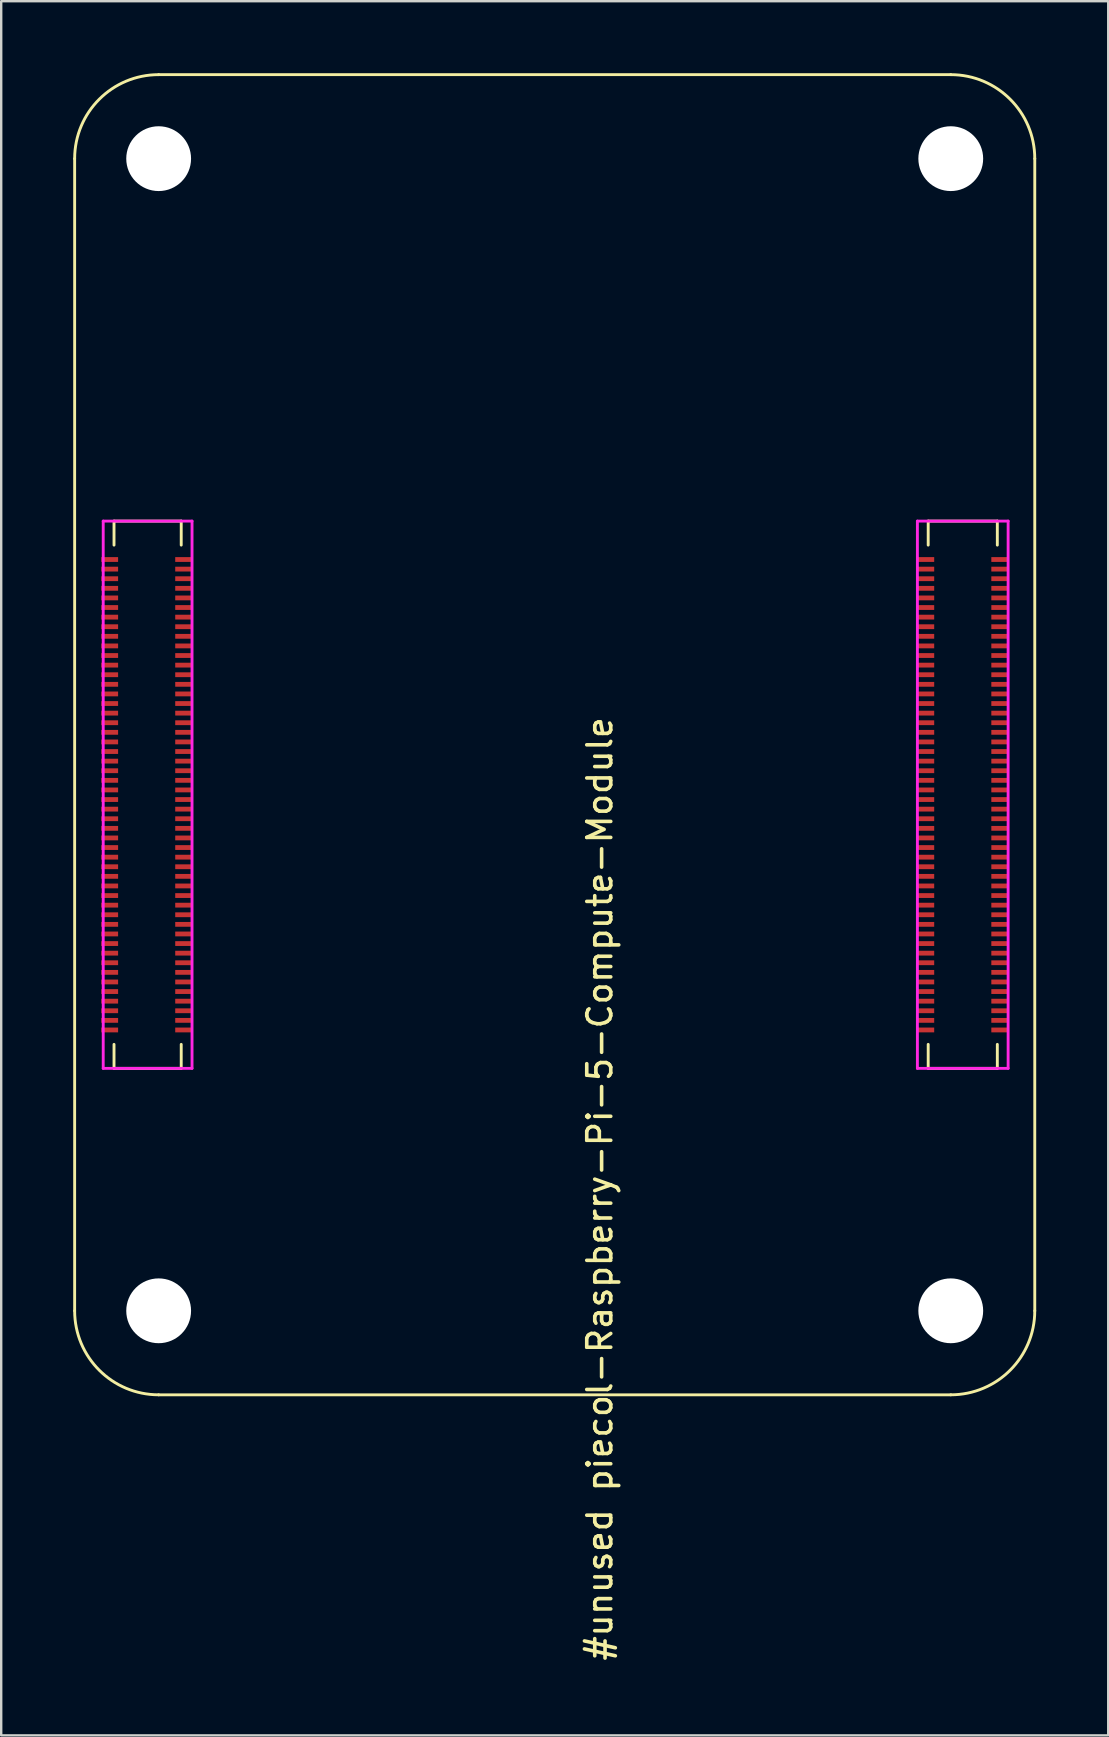
<source format=kicad_pcb>
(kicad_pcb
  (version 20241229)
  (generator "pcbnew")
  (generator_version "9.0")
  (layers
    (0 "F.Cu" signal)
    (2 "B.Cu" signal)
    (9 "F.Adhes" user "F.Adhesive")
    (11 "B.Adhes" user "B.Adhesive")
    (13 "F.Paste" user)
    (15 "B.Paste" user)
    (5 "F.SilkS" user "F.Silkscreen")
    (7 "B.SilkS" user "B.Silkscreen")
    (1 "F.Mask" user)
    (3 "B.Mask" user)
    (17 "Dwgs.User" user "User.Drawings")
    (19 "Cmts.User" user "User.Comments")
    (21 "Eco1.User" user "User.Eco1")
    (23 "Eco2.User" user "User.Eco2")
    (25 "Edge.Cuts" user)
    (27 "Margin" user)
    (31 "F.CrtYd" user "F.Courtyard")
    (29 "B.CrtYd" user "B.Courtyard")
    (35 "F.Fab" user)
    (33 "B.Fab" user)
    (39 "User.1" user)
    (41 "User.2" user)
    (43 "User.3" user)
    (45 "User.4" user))
  (footprint "#unused piecol-Raspberry-Pi-5-Compute-Module"
    (layer "F.Cu")
    (at 3.56 51.56)
    (property "Reference" "#unused piecol-Raspberry-Pi-5-Compute-Module" (at 18.38 -5.08 270) (layer "F.SilkS") (effects (font (size 1 1) (thickness 0.15))))
    (attr smd)
    (fp_line (start -3.5 -48) (end -3.5 0) (stroke (width 0.12) (type solid)) (layer "F.SilkS"))
    (fp_line (start -1.86 -32.9) (end -1.86 -31.9) (stroke (width 0.12) (type solid)) (layer "F.SilkS"))
    (fp_line (start -1.86 -32.9) (end 0.94 -32.9) (stroke (width 0.12) (type solid)) (layer "F.SilkS"))
    (fp_line (start -1.86 -10.1) (end -1.86 -11.1) (stroke (width 0.12) (type solid)) (layer "F.SilkS"))
    (fp_line (start -1.86 -10.1) (end 0.94 -10.1) (stroke (width 0.12) (type solid)) (layer "F.SilkS"))
    (fp_line (start 0 3.5) (end 33 3.5) (stroke (width 0.12) (type solid)) (layer "F.SilkS"))
    (fp_line (start 0.94 -32.9) (end 0.94 -31.9) (stroke (width 0.12) (type solid)) (layer "F.SilkS"))
    (fp_line (start 0.94 -10.1) (end 0.94 -11.1) (stroke (width 0.12) (type solid)) (layer "F.SilkS"))
    (fp_line (start 32.06 -32.9) (end 32.06 -31.9) (stroke (width 0.12) (type solid)) (layer "F.SilkS"))
    (fp_line (start 32.06 -32.9) (end 34.94 -32.9) (stroke (width 0.12) (type solid)) (layer "F.SilkS"))
    (fp_line (start 32.06 -10.1) (end 32.06 -11.1) (stroke (width 0.12) (type solid)) (layer "F.SilkS"))
    (fp_line (start 32.06 -10.1) (end 34.94 -10.1) (stroke (width 0.12) (type solid)) (layer "F.SilkS"))
    (fp_line (start 33 -51.5) (end 0 -51.5) (stroke (width 0.12) (type solid)) (layer "F.SilkS"))
    (fp_line (start 34.94 -32.9) (end 34.94 -31.9) (stroke (width 0.12) (type solid)) (layer "F.SilkS"))
    (fp_line (start 34.94 -10.1) (end 34.94 -11.1) (stroke (width 0.12) (type solid)) (layer "F.SilkS"))
    (fp_line (start 36.5 0) (end 36.5 -48) (stroke (width 0.12) (type solid)) (layer "F.SilkS"))
    (fp_arc (start -3.5 -48) (mid -2.474874 -50.474874) (end 0 -51.5) (stroke (width 0.12) (type solid)) (layer "F.SilkS"))
    (fp_arc (start 0 3.5) (mid -2.474874 2.474874) (end -3.5 0) (stroke (width 0.12) (type solid)) (layer "F.SilkS"))
    (fp_arc (start 33 -51.5) (mid 35.474874 -50.474874) (end 36.5 -48) (stroke (width 0.12) (type solid)) (layer "F.SilkS"))
    (fp_arc (start 36.5 0) (mid 35.474874 2.474874) (end 33 3.5) (stroke (width 0.12) (type solid)) (layer "F.SilkS"))
    (fp_line (start -2.31 -32.9) (end 1.39 -32.9) (stroke (width 0.12) (type solid)) (layer "F.CrtYd"))
    (fp_line (start -2.31 -10.1) (end -2.31 -32.9) (stroke (width 0.12) (type solid)) (layer "F.CrtYd"))
    (fp_line (start 1.39 -32.9) (end 1.39 -10.1) (stroke (width 0.12) (type solid)) (layer "F.CrtYd"))
    (fp_line (start 1.39 -10.1) (end -2.31 -10.1) (stroke (width 0.12) (type solid)) (layer "F.CrtYd"))
    (fp_line (start 31.61 -32.9) (end 35.39 -32.9) (stroke (width 0.12) (type solid)) (layer "F.CrtYd"))
    (fp_line (start 31.61 -10.1) (end 31.61 -32.9) (stroke (width 0.12) (type solid)) (layer "F.CrtYd"))
    (fp_line (start 35.39 -32.9) (end 35.39 -10.1) (stroke (width 0.12) (type solid)) (layer "F.CrtYd"))
    (fp_line (start 35.39 -10.1) (end 31.61 -10.1) (stroke (width 0.12) (type solid)) (layer "F.CrtYd"))
    (pad "" np_thru_hole circle (at 0 -48) (size 2.7 2.7) (drill 2.7) (layers "*.Cu"))
    (pad "" np_thru_hole circle (at 0 0) (size 2.7 2.7) (drill 2.7) (layers "*.Cu"))
    (pad "" np_thru_hole circle (at 33 -48) (size 2.7 2.7) (drill 2.7) (layers "*.Cu"))
    (pad "" np_thru_hole circle (at 33 0) (size 2.7 2.7) (drill 2.7) (layers "*.Cu"))
    (pad "1" smd rect (at -2.04 -31.3 270) (size 0.2 0.7) (layers "F.Cu" "F.Mask" "F.Paste"))
    (pad "2" smd rect (at 1.04 -31.3 270) (size 0.2 0.7) (layers "F.Cu" "F.Mask" "F.Paste"))
    (pad "3" smd rect (at -2.04 -30.9 270) (size 0.2 0.7) (layers "F.Cu" "F.Mask" "F.Paste"))
    (pad "4" smd rect (at 1.04 -30.9 270) (size 0.2 0.7) (layers "F.Cu" "F.Mask" "F.Paste"))
    (pad "5" smd rect (at -2.04 -30.5 270) (size 0.2 0.7) (layers "F.Cu" "F.Mask" "F.Paste"))
    (pad "6" smd rect (at 1.04 -30.5 270) (size 0.2 0.7) (layers "F.Cu" "F.Mask" "F.Paste"))
    (pad "7" smd rect (at -2.04 -30.1 270) (size 0.2 0.7) (layers "F.Cu" "F.Mask" "F.Paste"))
    (pad "8" smd rect (at 1.04 -30.1 270) (size 0.2 0.7) (layers "F.Cu" "F.Mask" "F.Paste"))
    (pad "9" smd rect (at -2.04 -29.7 270) (size 0.2 0.7) (layers "F.Cu" "F.Mask" "F.Paste"))
    (pad "10" smd rect (at 1.04 -29.7 270) (size 0.2 0.7) (layers "F.Cu" "F.Mask" "F.Paste"))
    (pad "11" smd rect (at -2.04 -29.3 270) (size 0.2 0.7) (layers "F.Cu" "F.Mask" "F.Paste"))
    (pad "12" smd rect (at 1.04 -29.3 270) (size 0.2 0.7) (layers "F.Cu" "F.Mask" "F.Paste"))
    (pad "13" smd rect (at -2.04 -28.9 270) (size 0.2 0.7) (layers "F.Cu" "F.Mask" "F.Paste"))
    (pad "14" smd rect (at 1.04 -28.9 270) (size 0.2 0.7) (layers "F.Cu" "F.Mask" "F.Paste"))
    (pad "15" smd rect (at -2.04 -28.5 270) (size 0.2 0.7) (layers "F.Cu" "F.Mask" "F.Paste"))
    (pad "16" smd rect (at 1.04 -28.5 270) (size 0.2 0.7) (layers "F.Cu" "F.Mask" "F.Paste"))
    (pad "17" smd rect (at -2.04 -28.1 270) (size 0.2 0.7) (layers "F.Cu" "F.Mask" "F.Paste"))
    (pad "18" smd rect (at 1.04 -28.1 270) (size 0.2 0.7) (layers "F.Cu" "F.Mask" "F.Paste"))
    (pad "19" smd rect (at -2.04 -27.7 270) (size 0.2 0.7) (layers "F.Cu" "F.Mask" "F.Paste"))
    (pad "20" smd rect (at 1.04 -27.7 270) (size 0.2 0.7) (layers "F.Cu" "F.Mask" "F.Paste"))
    (pad "21" smd rect (at -2.04 -27.3 270) (size 0.2 0.7) (layers "F.Cu" "F.Mask" "F.Paste"))
    (pad "22" smd rect (at 1.04 -27.3 270) (size 0.2 0.7) (layers "F.Cu" "F.Mask" "F.Paste"))
    (pad "23" smd rect (at -2.04 -26.9 270) (size 0.2 0.7) (layers "F.Cu" "F.Mask" "F.Paste"))
    (pad "24" smd rect (at 1.04 -26.9 270) (size 0.2 0.7) (layers "F.Cu" "F.Mask" "F.Paste"))
    (pad "25" smd rect (at -2.04 -26.5 270) (size 0.2 0.7) (layers "F.Cu" "F.Mask" "F.Paste"))
    (pad "26" smd rect (at 1.04 -26.5 270) (size 0.2 0.7) (layers "F.Cu" "F.Mask" "F.Paste"))
    (pad "27" smd rect (at -2.04 -26.1 270) (size 0.2 0.7) (layers "F.Cu" "F.Mask" "F.Paste"))
    (pad "28" smd rect (at 1.04 -26.1 270) (size 0.2 0.7) (layers "F.Cu" "F.Mask" "F.Paste"))
    (pad "29" smd rect (at -2.04 -25.7 270) (size 0.2 0.7) (layers "F.Cu" "F.Mask" "F.Paste"))
    (pad "30" smd rect (at 1.04 -25.7 270) (size 0.2 0.7) (layers "F.Cu" "F.Mask" "F.Paste"))
    (pad "31" smd rect (at -2.04 -25.3 270) (size 0.2 0.7) (layers "F.Cu" "F.Mask" "F.Paste"))
    (pad "32" smd rect (at 1.04 -25.3 270) (size 0.2 0.7) (layers "F.Cu" "F.Mask" "F.Paste"))
    (pad "33" smd rect (at -2.04 -24.9 270) (size 0.2 0.7) (layers "F.Cu" "F.Mask" "F.Paste"))
    (pad "34" smd rect (at 1.04 -24.9 270) (size 0.2 0.7) (layers "F.Cu" "F.Mask" "F.Paste"))
    (pad "35" smd rect (at -2.04 -24.5 270) (size 0.2 0.7) (layers "F.Cu" "F.Mask" "F.Paste"))
    (pad "36" smd rect (at 1.04 -24.5 270) (size 0.2 0.7) (layers "F.Cu" "F.Mask" "F.Paste"))
    (pad "37" smd rect (at -2.04 -24.1 270) (size 0.2 0.7) (layers "F.Cu" "F.Mask" "F.Paste"))
    (pad "38" smd rect (at 1.04 -24.1 270) (size 0.2 0.7) (layers "F.Cu" "F.Mask" "F.Paste"))
    (pad "39" smd rect (at -2.04 -23.7 270) (size 0.2 0.7) (layers "F.Cu" "F.Mask" "F.Paste"))
    (pad "40" smd rect (at 1.04 -23.7 270) (size 0.2 0.7) (layers "F.Cu" "F.Mask" "F.Paste"))
    (pad "41" smd rect (at -2.04 -23.3 270) (size 0.2 0.7) (layers "F.Cu" "F.Mask" "F.Paste"))
    (pad "42" smd rect (at 1.04 -23.3 270) (size 0.2 0.7) (layers "F.Cu" "F.Mask" "F.Paste"))
    (pad "43" smd rect (at -2.04 -22.9 270) (size 0.2 0.7) (layers "F.Cu" "F.Mask" "F.Paste"))
    (pad "44" smd rect (at 1.04 -22.9 270) (size 0.2 0.7) (layers "F.Cu" "F.Mask" "F.Paste"))
    (pad "45" smd rect (at -2.04 -22.5 270) (size 0.2 0.7) (layers "F.Cu" "F.Mask" "F.Paste"))
    (pad "46" smd rect (at 1.04 -22.5 270) (size 0.2 0.7) (layers "F.Cu" "F.Mask" "F.Paste"))
    (pad "47" smd rect (at -2.04 -22.1 270) (size 0.2 0.7) (layers "F.Cu" "F.Mask" "F.Paste"))
    (pad "48" smd rect (at 1.04 -22.1 270) (size 0.2 0.7) (layers "F.Cu" "F.Mask" "F.Paste"))
    (pad "49" smd rect (at -2.04 -21.7 270) (size 0.2 0.7) (layers "F.Cu" "F.Mask" "F.Paste"))
    (pad "50" smd rect (at 1.04 -21.7 270) (size 0.2 0.7) (layers "F.Cu" "F.Mask" "F.Paste"))
    (pad "51" smd rect (at -2.04 -21.3 270) (size 0.2 0.7) (layers "F.Cu" "F.Mask" "F.Paste"))
    (pad "52" smd rect (at 1.04 -21.3 270) (size 0.2 0.7) (layers "F.Cu" "F.Mask" "F.Paste"))
    (pad "53" smd rect (at -2.04 -20.9 270) (size 0.2 0.7) (layers "F.Cu" "F.Mask" "F.Paste"))
    (pad "54" smd rect (at 1.04 -20.9 270) (size 0.2 0.7) (layers "F.Cu" "F.Mask" "F.Paste"))
    (pad "55" smd rect (at -2.04 -20.5 270) (size 0.2 0.7) (layers "F.Cu" "F.Mask" "F.Paste"))
    (pad "56" smd rect (at 1.04 -20.5 270) (size 0.2 0.7) (layers "F.Cu" "F.Mask" "F.Paste"))
    (pad "57" smd rect (at -2.04 -20.1 270) (size 0.2 0.7) (layers "F.Cu" "F.Mask" "F.Paste"))
    (pad "58" smd rect (at 1.04 -20.1 270) (size 0.2 0.7) (layers "F.Cu" "F.Mask" "F.Paste"))
    (pad "59" smd rect (at -2.04 -19.7 270) (size 0.2 0.7) (layers "F.Cu" "F.Mask" "F.Paste"))
    (pad "60" smd rect (at 1.04 -19.7 270) (size 0.2 0.7) (layers "F.Cu" "F.Mask" "F.Paste"))
    (pad "61" smd rect (at -2.04 -19.3 270) (size 0.2 0.7) (layers "F.Cu" "F.Mask" "F.Paste"))
    (pad "62" smd rect (at 1.04 -19.3 270) (size 0.2 0.7) (layers "F.Cu" "F.Mask" "F.Paste"))
    (pad "63" smd rect (at -2.04 -18.9 270) (size 0.2 0.7) (layers "F.Cu" "F.Mask" "F.Paste"))
    (pad "64" smd rect (at 1.04 -18.9 270) (size 0.2 0.7) (layers "F.Cu" "F.Mask" "F.Paste"))
    (pad "65" smd rect (at -2.04 -18.5 270) (size 0.2 0.7) (layers "F.Cu" "F.Mask" "F.Paste"))
    (pad "66" smd rect (at 1.04 -18.5 270) (size 0.2 0.7) (layers "F.Cu" "F.Mask" "F.Paste"))
    (pad "67" smd rect (at -2.04 -18.1 270) (size 0.2 0.7) (layers "F.Cu" "F.Mask" "F.Paste"))
    (pad "68" smd rect (at 1.04 -18.1 270) (size 0.2 0.7) (layers "F.Cu" "F.Mask" "F.Paste"))
    (pad "69" smd rect (at -2.04 -17.7 270) (size 0.2 0.7) (layers "F.Cu" "F.Mask" "F.Paste"))
    (pad "70" smd rect (at 1.04 -17.7 270) (size 0.2 0.7) (layers "F.Cu" "F.Mask" "F.Paste"))
    (pad "71" smd rect (at -2.04 -17.3 270) (size 0.2 0.7) (layers "F.Cu" "F.Mask" "F.Paste"))
    (pad "72" smd rect (at 1.04 -17.3 270) (size 0.2 0.7) (layers "F.Cu" "F.Mask" "F.Paste"))
    (pad "73" smd rect (at -2.04 -16.9 270) (size 0.2 0.7) (layers "F.Cu" "F.Mask" "F.Paste"))
    (pad "74" smd rect (at 1.04 -16.9 270) (size 0.2 0.7) (layers "F.Cu" "F.Mask" "F.Paste"))
    (pad "75" smd rect (at -2.04 -16.5 270) (size 0.2 0.7) (layers "F.Cu" "F.Mask" "F.Paste"))
    (pad "76" smd rect (at 1.04 -16.5 270) (size 0.2 0.7) (layers "F.Cu" "F.Mask" "F.Paste"))
    (pad "77" smd rect (at -2.04 -16.1 270) (size 0.2 0.7) (layers "F.Cu" "F.Mask" "F.Paste"))
    (pad "78" smd rect (at 1.04 -16.1 270) (size 0.2 0.7) (layers "F.Cu" "F.Mask" "F.Paste"))
    (pad "79" smd rect (at -2.04 -15.7 270) (size 0.2 0.7) (layers "F.Cu" "F.Mask" "F.Paste"))
    (pad "80" smd rect (at 1.04 -15.7 270) (size 0.2 0.7) (layers "F.Cu" "F.Mask" "F.Paste"))
    (pad "81" smd rect (at -2.04 -15.3 270) (size 0.2 0.7) (layers "F.Cu" "F.Mask" "F.Paste"))
    (pad "82" smd rect (at 1.04 -15.3 270) (size 0.2 0.7) (layers "F.Cu" "F.Mask" "F.Paste"))
    (pad "83" smd rect (at -2.04 -14.9 270) (size 0.2 0.7) (layers "F.Cu" "F.Mask" "F.Paste"))
    (pad "84" smd rect (at 1.04 -14.9 270) (size 0.2 0.7) (layers "F.Cu" "F.Mask" "F.Paste"))
    (pad "85" smd rect (at -2.04 -14.5 270) (size 0.2 0.7) (layers "F.Cu" "F.Mask" "F.Paste"))
    (pad "86" smd rect (at 1.04 -14.5 270) (size 0.2 0.7) (layers "F.Cu" "F.Mask" "F.Paste"))
    (pad "87" smd rect (at -2.04 -14.1 270) (size 0.2 0.7) (layers "F.Cu" "F.Mask" "F.Paste"))
    (pad "88" smd rect (at 1.04 -14.1 270) (size 0.2 0.7) (layers "F.Cu" "F.Mask" "F.Paste"))
    (pad "89" smd rect (at -2.04 -13.7 270) (size 0.2 0.7) (layers "F.Cu" "F.Mask" "F.Paste"))
    (pad "90" smd rect (at 1.04 -13.7 270) (size 0.2 0.7) (layers "F.Cu" "F.Mask" "F.Paste"))
    (pad "91" smd rect (at -2.04 -13.3 270) (size 0.2 0.7) (layers "F.Cu" "F.Mask" "F.Paste"))
    (pad "92" smd rect (at 1.04 -13.3 270) (size 0.2 0.7) (layers "F.Cu" "F.Mask" "F.Paste"))
    (pad "93" smd rect (at -2.04 -12.9 270) (size 0.2 0.7) (layers "F.Cu" "F.Mask" "F.Paste"))
    (pad "94" smd rect (at 1.04 -12.9 270) (size 0.2 0.7) (layers "F.Cu" "F.Mask" "F.Paste"))
    (pad "95" smd rect (at -2.04 -12.5 270) (size 0.2 0.7) (layers "F.Cu" "F.Mask" "F.Paste"))
    (pad "96" smd rect (at 1.04 -12.5 270) (size 0.2 0.7) (layers "F.Cu" "F.Mask" "F.Paste"))
    (pad "97" smd rect (at -2.04 -12.1 270) (size 0.2 0.7) (layers "F.Cu" "F.Mask" "F.Paste"))
    (pad "98" smd rect (at 1.04 -12.1 270) (size 0.2 0.7) (layers "F.Cu" "F.Mask" "F.Paste"))
    (pad "99" smd rect (at -2.04 -11.7 270) (size 0.2 0.7) (layers "F.Cu" "F.Mask" "F.Paste"))
    (pad "100" smd rect (at 1.04 -11.7 270) (size 0.2 0.7) (layers "F.Cu" "F.Mask" "F.Paste"))
    (pad "101" smd rect (at 31.96 -31.3 270) (size 0.2 0.7) (layers "F.Cu" "F.Mask" "F.Paste"))
    (pad "102" smd rect (at 35.04 -31.3 270) (size 0.2 0.7) (layers "F.Cu" "F.Mask" "F.Paste"))
    (pad "103" smd rect (at 31.96 -30.9 270) (size 0.2 0.7) (layers "F.Cu" "F.Mask" "F.Paste"))
    (pad "104" smd rect (at 35.04 -30.9 270) (size 0.2 0.7) (layers "F.Cu" "F.Mask" "F.Paste"))
    (pad "105" smd rect (at 31.96 -30.5 270) (size 0.2 0.7) (layers "F.Cu" "F.Mask" "F.Paste"))
    (pad "106" smd rect (at 35.04 -30.5 270) (size 0.2 0.7) (layers "F.Cu" "F.Mask" "F.Paste"))
    (pad "107" smd rect (at 31.96 -30.1 270) (size 0.2 0.7) (layers "F.Cu" "F.Mask" "F.Paste"))
    (pad "108" smd rect (at 35.04 -30.1 270) (size 0.2 0.7) (layers "F.Cu" "F.Mask" "F.Paste"))
    (pad "109" smd rect (at 31.96 -29.7 270) (size 0.2 0.7) (layers "F.Cu" "F.Mask" "F.Paste"))
    (pad "110" smd rect (at 35.04 -29.7 270) (size 0.2 0.7) (layers "F.Cu" "F.Mask" "F.Paste"))
    (pad "111" smd rect (at 31.96 -29.3 270) (size 0.2 0.7) (layers "F.Cu" "F.Mask" "F.Paste"))
    (pad "112" smd rect (at 35.04 -29.3 270) (size 0.2 0.7) (layers "F.Cu" "F.Mask" "F.Paste"))
    (pad "113" smd rect (at 31.96 -28.9 270) (size 0.2 0.7) (layers "F.Cu" "F.Mask" "F.Paste"))
    (pad "114" smd rect (at 35.04 -28.9 270) (size 0.2 0.7) (layers "F.Cu" "F.Mask" "F.Paste"))
    (pad "115" smd rect (at 31.96 -28.5 270) (size 0.2 0.7) (layers "F.Cu" "F.Mask" "F.Paste"))
    (pad "116" smd rect (at 35.04 -28.5 270) (size 0.2 0.7) (layers "F.Cu" "F.Mask" "F.Paste"))
    (pad "117" smd rect (at 31.96 -28.1 270) (size 0.2 0.7) (layers "F.Cu" "F.Mask" "F.Paste"))
    (pad "118" smd rect (at 35.04 -28.1 270) (size 0.2 0.7) (layers "F.Cu" "F.Mask" "F.Paste"))
    (pad "119" smd rect (at 31.96 -27.7 270) (size 0.2 0.7) (layers "F.Cu" "F.Mask" "F.Paste"))
    (pad "120" smd rect (at 35.04 -27.7 270) (size 0.2 0.7) (layers "F.Cu" "F.Mask" "F.Paste"))
    (pad "121" smd rect (at 31.96 -27.3 270) (size 0.2 0.7) (layers "F.Cu" "F.Mask" "F.Paste"))
    (pad "122" smd rect (at 35.04 -27.3 270) (size 0.2 0.7) (layers "F.Cu" "F.Mask" "F.Paste"))
    (pad "123" smd rect (at 31.96 -26.9 270) (size 0.2 0.7) (layers "F.Cu" "F.Mask" "F.Paste"))
    (pad "124" smd rect (at 35.04 -26.9 270) (size 0.2 0.7) (layers "F.Cu" "F.Mask" "F.Paste"))
    (pad "125" smd rect (at 31.96 -26.5 270) (size 0.2 0.7) (layers "F.Cu" "F.Mask" "F.Paste"))
    (pad "126" smd rect (at 35.04 -26.5 270) (size 0.2 0.7) (layers "F.Cu" "F.Mask" "F.Paste"))
    (pad "127" smd rect (at 31.96 -26.1 270) (size 0.2 0.7) (layers "F.Cu" "F.Mask" "F.Paste"))
    (pad "128" smd rect (at 35.04 -26.1 270) (size 0.2 0.7) (layers "F.Cu" "F.Mask" "F.Paste"))
    (pad "129" smd rect (at 31.96 -25.7 270) (size 0.2 0.7) (layers "F.Cu" "F.Mask" "F.Paste"))
    (pad "130" smd rect (at 35.04 -25.7 270) (size 0.2 0.7) (layers "F.Cu" "F.Mask" "F.Paste"))
    (pad "131" smd rect (at 31.96 -25.3 270) (size 0.2 0.7) (layers "F.Cu" "F.Mask" "F.Paste"))
    (pad "132" smd rect (at 35.04 -25.3 270) (size 0.2 0.7) (layers "F.Cu" "F.Mask" "F.Paste"))
    (pad "133" smd rect (at 31.96 -24.9 270) (size 0.2 0.7) (layers "F.Cu" "F.Mask" "F.Paste"))
    (pad "134" smd rect (at 35.04 -24.9 270) (size 0.2 0.7) (layers "F.Cu" "F.Mask" "F.Paste"))
    (pad "135" smd rect (at 31.96 -24.5 270) (size 0.2 0.7) (layers "F.Cu" "F.Mask" "F.Paste"))
    (pad "136" smd rect (at 35.04 -24.5 270) (size 0.2 0.7) (layers "F.Cu" "F.Mask" "F.Paste"))
    (pad "137" smd rect (at 31.96 -24.1 270) (size 0.2 0.7) (layers "F.Cu" "F.Mask" "F.Paste"))
    (pad "138" smd rect (at 35.04 -24.1 270) (size 0.2 0.7) (layers "F.Cu" "F.Mask" "F.Paste"))
    (pad "139" smd rect (at 31.96 -23.7 270) (size 0.2 0.7) (layers "F.Cu" "F.Mask" "F.Paste"))
    (pad "140" smd rect (at 35.04 -23.7 270) (size 0.2 0.7) (layers "F.Cu" "F.Mask" "F.Paste"))
    (pad "141" smd rect (at 31.96 -23.3 270) (size 0.2 0.7) (layers "F.Cu" "F.Mask" "F.Paste"))
    (pad "142" smd rect (at 35.04 -23.3 270) (size 0.2 0.7) (layers "F.Cu" "F.Mask" "F.Paste"))
    (pad "143" smd rect (at 31.96 -22.9 270) (size 0.2 0.7) (layers "F.Cu" "F.Mask" "F.Paste"))
    (pad "144" smd rect (at 35.04 -22.9 270) (size 0.2 0.7) (layers "F.Cu" "F.Mask" "F.Paste"))
    (pad "145" smd rect (at 31.96 -22.5 270) (size 0.2 0.7) (layers "F.Cu" "F.Mask" "F.Paste"))
    (pad "146" smd rect (at 35.04 -22.5 270) (size 0.2 0.7) (layers "F.Cu" "F.Mask" "F.Paste"))
    (pad "147" smd rect (at 31.96 -22.1 270) (size 0.2 0.7) (layers "F.Cu" "F.Mask" "F.Paste"))
    (pad "148" smd rect (at 35.04 -22.1 270) (size 0.2 0.7) (layers "F.Cu" "F.Mask" "F.Paste"))
    (pad "149" smd rect (at 31.96 -21.7 270) (size 0.2 0.7) (layers "F.Cu" "F.Mask" "F.Paste"))
    (pad "150" smd rect (at 35.04 -21.7 270) (size 0.2 0.7) (layers "F.Cu" "F.Mask" "F.Paste"))
    (pad "151" smd rect (at 31.96 -21.3 270) (size 0.2 0.7) (layers "F.Cu" "F.Mask" "F.Paste"))
    (pad "152" smd rect (at 35.04 -21.3 270) (size 0.2 0.7) (layers "F.Cu" "F.Mask" "F.Paste"))
    (pad "153" smd rect (at 31.96 -20.9 270) (size 0.2 0.7) (layers "F.Cu" "F.Mask" "F.Paste"))
    (pad "154" smd rect (at 35.04 -20.9 270) (size 0.2 0.7) (layers "F.Cu" "F.Mask" "F.Paste"))
    (pad "155" smd rect (at 31.96 -20.5 270) (size 0.2 0.7) (layers "F.Cu" "F.Mask" "F.Paste"))
    (pad "156" smd rect (at 35.04 -20.5 270) (size 0.2 0.7) (layers "F.Cu" "F.Mask" "F.Paste"))
    (pad "157" smd rect (at 31.96 -20.1 270) (size 0.2 0.7) (layers "F.Cu" "F.Mask" "F.Paste"))
    (pad "158" smd rect (at 35.04 -20.1 270) (size 0.2 0.7) (layers "F.Cu" "F.Mask" "F.Paste"))
    (pad "159" smd rect (at 31.96 -19.7 270) (size 0.2 0.7) (layers "F.Cu" "F.Mask" "F.Paste"))
    (pad "160" smd rect (at 35.04 -19.7 270) (size 0.2 0.7) (layers "F.Cu" "F.Mask" "F.Paste"))
    (pad "161" smd rect (at 31.96 -19.3 270) (size 0.2 0.7) (layers "F.Cu" "F.Mask" "F.Paste"))
    (pad "162" smd rect (at 35.04 -19.3 270) (size 0.2 0.7) (layers "F.Cu" "F.Mask" "F.Paste"))
    (pad "163" smd rect (at 31.96 -18.9 270) (size 0.2 0.7) (layers "F.Cu" "F.Mask" "F.Paste"))
    (pad "164" smd rect (at 35.04 -18.9 270) (size 0.2 0.7) (layers "F.Cu" "F.Mask" "F.Paste"))
    (pad "165" smd rect (at 31.96 -18.5 270) (size 0.2 0.7) (layers "F.Cu" "F.Mask" "F.Paste"))
    (pad "166" smd rect (at 35.04 -18.5 270) (size 0.2 0.7) (layers "F.Cu" "F.Mask" "F.Paste"))
    (pad "167" smd rect (at 31.96 -18.1 270) (size 0.2 0.7) (layers "F.Cu" "F.Mask" "F.Paste"))
    (pad "168" smd rect (at 35.04 -18.1 270) (size 0.2 0.7) (layers "F.Cu" "F.Mask" "F.Paste"))
    (pad "169" smd rect (at 31.96 -17.7 270) (size 0.2 0.7) (layers "F.Cu" "F.Mask" "F.Paste"))
    (pad "170" smd rect (at 35.04 -17.7 270) (size 0.2 0.7) (layers "F.Cu" "F.Mask" "F.Paste"))
    (pad "171" smd rect (at 31.96 -17.3 270) (size 0.2 0.7) (layers "F.Cu" "F.Mask" "F.Paste"))
    (pad "172" smd rect (at 35.04 -17.3 270) (size 0.2 0.7) (layers "F.Cu" "F.Mask" "F.Paste"))
    (pad "173" smd rect (at 31.96 -16.9 270) (size 0.2 0.7) (layers "F.Cu" "F.Mask" "F.Paste"))
    (pad "174" smd rect (at 35.04 -16.9 270) (size 0.2 0.7) (layers "F.Cu" "F.Mask" "F.Paste"))
    (pad "175" smd rect (at 31.96 -16.5 270) (size 0.2 0.7) (layers "F.Cu" "F.Mask" "F.Paste"))
    (pad "176" smd rect (at 35.04 -16.5 270) (size 0.2 0.7) (layers "F.Cu" "F.Mask" "F.Paste"))
    (pad "177" smd rect (at 31.96 -16.1 270) (size 0.2 0.7) (layers "F.Cu" "F.Mask" "F.Paste"))
    (pad "178" smd rect (at 35.04 -16.1 270) (size 0.2 0.7) (layers "F.Cu" "F.Mask" "F.Paste"))
    (pad "179" smd rect (at 31.96 -15.7 270) (size 0.2 0.7) (layers "F.Cu" "F.Mask" "F.Paste"))
    (pad "180" smd rect (at 35.04 -15.7 270) (size 0.2 0.7) (layers "F.Cu" "F.Mask" "F.Paste"))
    (pad "181" smd rect (at 31.96 -15.3 270) (size 0.2 0.7) (layers "F.Cu" "F.Mask" "F.Paste"))
    (pad "182" smd rect (at 35.04 -15.3 270) (size 0.2 0.7) (layers "F.Cu" "F.Mask" "F.Paste"))
    (pad "183" smd rect (at 31.96 -14.9 270) (size 0.2 0.7) (layers "F.Cu" "F.Mask" "F.Paste"))
    (pad "184" smd rect (at 35.04 -14.9 270) (size 0.2 0.7) (layers "F.Cu" "F.Mask" "F.Paste"))
    (pad "185" smd rect (at 31.96 -14.5 270) (size 0.2 0.7) (layers "F.Cu" "F.Mask" "F.Paste"))
    (pad "186" smd rect (at 35.04 -14.5 270) (size 0.2 0.7) (layers "F.Cu" "F.Mask" "F.Paste"))
    (pad "187" smd rect (at 31.96 -14.1 270) (size 0.2 0.7) (layers "F.Cu" "F.Mask" "F.Paste"))
    (pad "188" smd rect (at 35.04 -14.1 270) (size 0.2 0.7) (layers "F.Cu" "F.Mask" "F.Paste"))
    (pad "189" smd rect (at 31.96 -13.7 270) (size 0.2 0.7) (layers "F.Cu" "F.Mask" "F.Paste"))
    (pad "190" smd rect (at 35.04 -13.7 270) (size 0.2 0.7) (layers "F.Cu" "F.Mask" "F.Paste"))
    (pad "191" smd rect (at 31.96 -13.3 270) (size 0.2 0.7) (layers "F.Cu" "F.Mask" "F.Paste"))
    (pad "192" smd rect (at 35.04 -13.3 270) (size 0.2 0.7) (layers "F.Cu" "F.Mask" "F.Paste"))
    (pad "193" smd rect (at 31.96 -12.9 270) (size 0.2 0.7) (layers "F.Cu" "F.Mask" "F.Paste"))
    (pad "194" smd rect (at 35.04 -12.9 270) (size 0.2 0.7) (layers "F.Cu" "F.Mask" "F.Paste"))
    (pad "195" smd rect (at 31.96 -12.5 270) (size 0.2 0.7) (layers "F.Cu" "F.Mask" "F.Paste"))
    (pad "196" smd rect (at 35.04 -12.5 270) (size 0.2 0.7) (layers "F.Cu" "F.Mask" "F.Paste"))
    (pad "197" smd rect (at 31.96 -12.1 270) (size 0.2 0.7) (layers "F.Cu" "F.Mask" "F.Paste"))
    (pad "198" smd rect (at 35.04 -12.1 270) (size 0.2 0.7) (layers "F.Cu" "F.Mask" "F.Paste"))
    (pad "199" smd rect (at 31.96 -11.7 270) (size 0.2 0.7) (layers "F.Cu" "F.Mask" "F.Paste"))
    (pad "200" smd rect (at 35.04 -11.7 270) (size 0.2 0.7) (layers "F.Cu" "F.Mask" "F.Paste")))
  (gr_rect
    (start -3 -3)
    (end 43.12 69.248)
    (stroke (width 0.1) (type default))
    (fill no)
    (layer "Edge.Cuts")))
</source>
